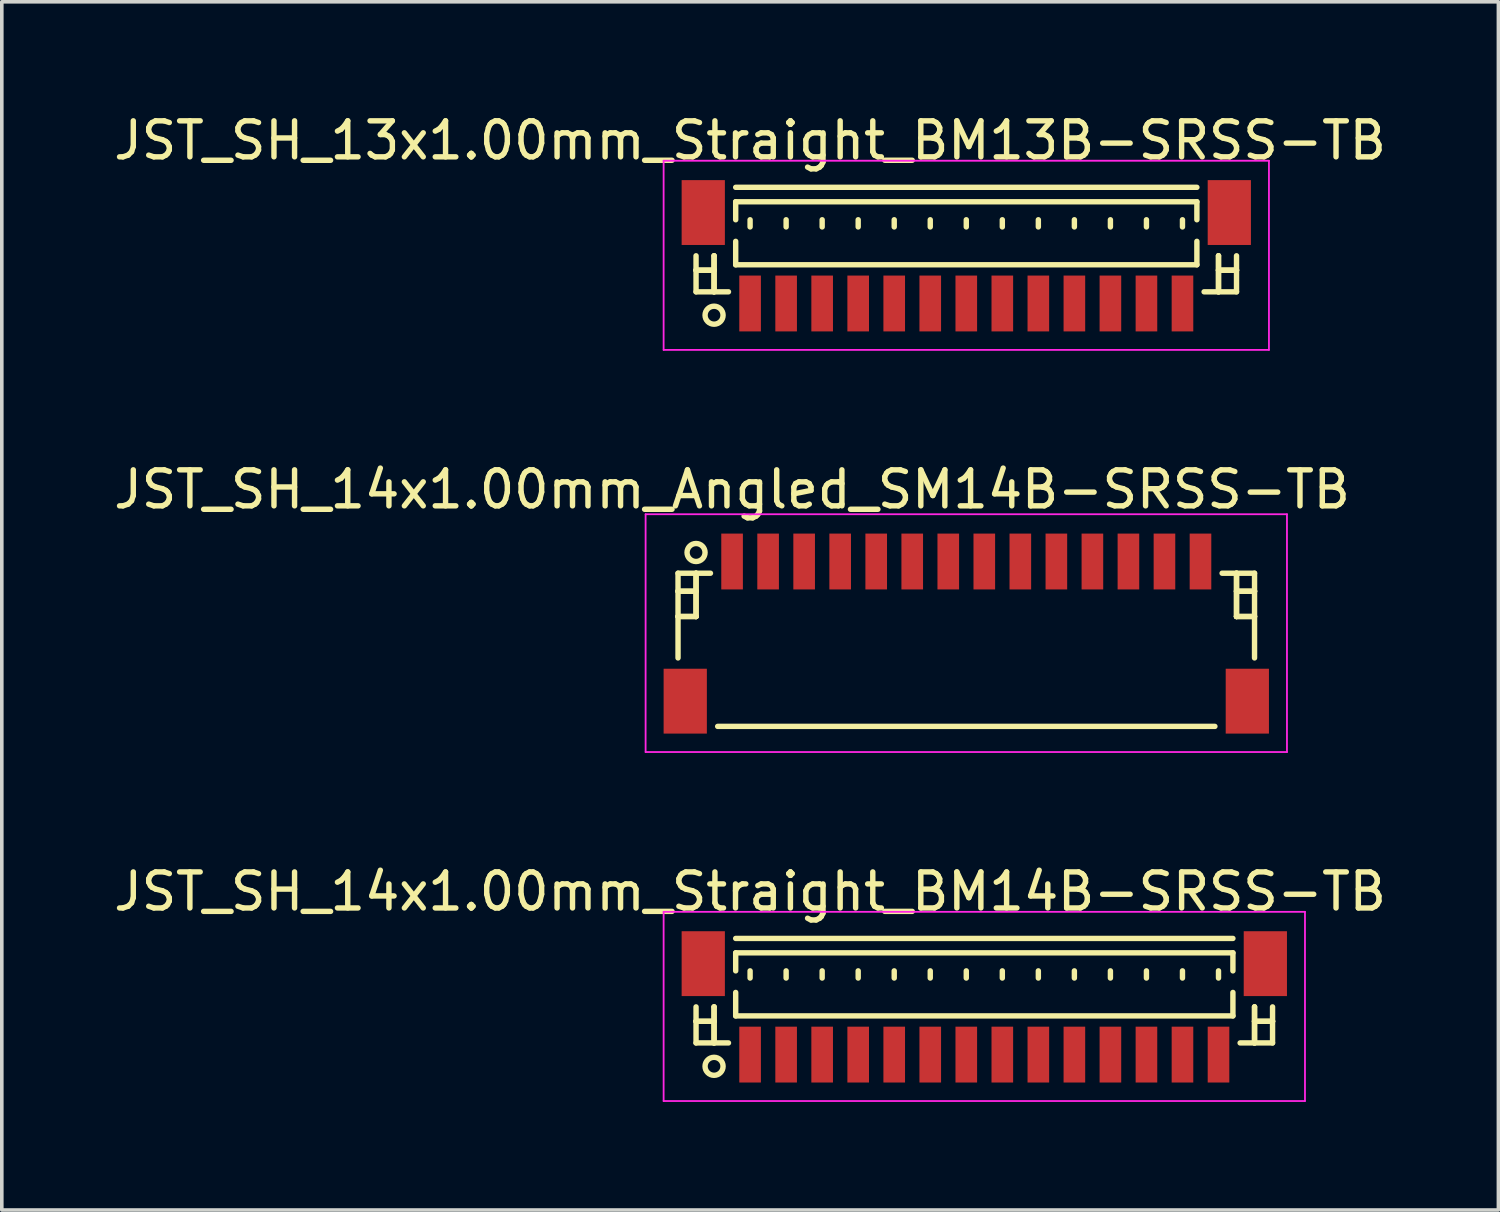
<source format=kicad_pcb>
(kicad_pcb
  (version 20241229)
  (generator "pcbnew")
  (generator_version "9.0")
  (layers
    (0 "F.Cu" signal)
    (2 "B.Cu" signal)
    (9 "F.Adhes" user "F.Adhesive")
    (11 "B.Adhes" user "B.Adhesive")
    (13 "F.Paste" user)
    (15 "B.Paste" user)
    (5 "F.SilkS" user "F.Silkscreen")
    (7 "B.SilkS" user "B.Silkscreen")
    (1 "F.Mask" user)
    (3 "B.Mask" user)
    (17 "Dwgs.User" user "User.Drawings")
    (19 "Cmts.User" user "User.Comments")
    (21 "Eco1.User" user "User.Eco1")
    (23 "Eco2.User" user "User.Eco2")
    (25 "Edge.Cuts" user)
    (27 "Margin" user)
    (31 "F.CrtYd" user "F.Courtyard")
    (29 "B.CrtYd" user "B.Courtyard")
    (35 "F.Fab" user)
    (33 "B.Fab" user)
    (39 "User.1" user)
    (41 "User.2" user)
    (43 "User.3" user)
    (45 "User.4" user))
  (footprint "JST_SH_13x1.00mm_Straight_BM13B-SRSS-TB"
    (layer "F.Cu")
    (at 23.768 4.111)
    (property "Reference" "JST_SH_13x1.00mm_Straight_BM13B-SRSS-TB" (at -6 -3.263 0) (layer "F.SilkS") (effects (font (size 1 1) (thickness 0.15))))
    (attr smd)
    (fp_line (start -7.5 -0.062) (end -7.5 0.938) (stroke (width 0.15) (type solid)) (layer "F.SilkS"))
    (fp_line (start -7.5 0.338) (end -7.5 0.338) (stroke (width 0.15) (type solid)) (layer "F.SilkS"))
    (fp_line (start -7.5 0.338) (end -7 0.338) (stroke (width 0.15) (type solid)) (layer "F.SilkS"))
    (fp_line (start -7.5 0.938) (end -6.6 0.938) (stroke (width 0.15) (type solid)) (layer "F.SilkS"))
    (fp_line (start -7 -0.062) (end -7 -0.062) (stroke (width 0.15) (type solid)) (layer "F.SilkS"))
    (fp_line (start -7 -0.062) (end -7 0.938) (stroke (width 0.15) (type solid)) (layer "F.SilkS"))
    (fp_line (start -7 0.338) (end -7.5 0.338) (stroke (width 0.15) (type solid)) (layer "F.SilkS"))
    (fp_line (start -7 0.338) (end -7 0.338) (stroke (width 0.15) (type solid)) (layer "F.SilkS"))
    (fp_line (start -7 0.938) (end -7 -0.062) (stroke (width 0.15) (type solid)) (layer "F.SilkS"))
    (fp_line (start -7 0.938) (end -7 0.938) (stroke (width 0.15) (type solid)) (layer "F.SilkS"))
    (fp_line (start -6.4 -1.962) (end 6.4 -1.962) (stroke (width 0.15) (type solid)) (layer "F.SilkS"))
    (fp_line (start -6.4 -1.562) (end 6.4 -1.562) (stroke (width 0.15) (type solid)) (layer "F.SilkS"))
    (fp_line (start -6.4 -1.062) (end -6.4 -1.562) (stroke (width 0.15) (type solid)) (layer "F.SilkS"))
    (fp_line (start -6.4 -0.463) (end -6.4 0.188) (stroke (width 0.15) (type solid)) (layer "F.SilkS"))
    (fp_line (start -6.4 0.188) (end 6.4 0.188) (stroke (width 0.15) (type solid)) (layer "F.SilkS"))
    (fp_line (start -6 -1.062) (end -6 -0.863) (stroke (width 0.15) (type solid)) (layer "F.SilkS"))
    (fp_line (start -5 -1.062) (end -5 -0.863) (stroke (width 0.15) (type solid)) (layer "F.SilkS"))
    (fp_line (start -4 -1.062) (end -4 -0.863) (stroke (width 0.15) (type solid)) (layer "F.SilkS"))
    (fp_line (start -3 -1.062) (end -3 -0.863) (stroke (width 0.15) (type solid)) (layer "F.SilkS"))
    (fp_line (start -2 -1.062) (end -2 -0.863) (stroke (width 0.15) (type solid)) (layer "F.SilkS"))
    (fp_line (start -1 -1.062) (end -1 -0.863) (stroke (width 0.15) (type solid)) (layer "F.SilkS"))
    (fp_line (start 0 -1.062) (end 0 -0.863) (stroke (width 0.15) (type solid)) (layer "F.SilkS"))
    (fp_line (start 1 -1.062) (end 1 -0.863) (stroke (width 0.15) (type solid)) (layer "F.SilkS"))
    (fp_line (start 2 -1.062) (end 2 -0.863) (stroke (width 0.15) (type solid)) (layer "F.SilkS"))
    (fp_line (start 3 -1.062) (end 3 -0.863) (stroke (width 0.15) (type solid)) (layer "F.SilkS"))
    (fp_line (start 4 -1.062) (end 4 -0.863) (stroke (width 0.15) (type solid)) (layer "F.SilkS"))
    (fp_line (start 5 -1.062) (end 5 -0.863) (stroke (width 0.15) (type solid)) (layer "F.SilkS"))
    (fp_line (start 6 -1.062) (end 6 -0.863) (stroke (width 0.15) (type solid)) (layer "F.SilkS"))
    (fp_line (start 6.4 -1.562) (end 6.4 -1.062) (stroke (width 0.15) (type solid)) (layer "F.SilkS"))
    (fp_line (start 6.4 0.188) (end 6.4 -0.463) (stroke (width 0.15) (type solid)) (layer "F.SilkS"))
    (fp_line (start 7 -0.062) (end 7 -0.062) (stroke (width 0.15) (type solid)) (layer "F.SilkS"))
    (fp_line (start 7 -0.062) (end 7 0.938) (stroke (width 0.15) (type solid)) (layer "F.SilkS"))
    (fp_line (start 7 0.338) (end 7 0.338) (stroke (width 0.15) (type solid)) (layer "F.SilkS"))
    (fp_line (start 7 0.338) (end 7.5 0.338) (stroke (width 0.15) (type solid)) (layer "F.SilkS"))
    (fp_line (start 7 0.938) (end 7 -0.062) (stroke (width 0.15) (type solid)) (layer "F.SilkS"))
    (fp_line (start 7 0.938) (end 7 0.938) (stroke (width 0.15) (type solid)) (layer "F.SilkS"))
    (fp_line (start 7.5 -0.062) (end 7.5 0.938) (stroke (width 0.15) (type solid)) (layer "F.SilkS"))
    (fp_line (start 7.5 0.338) (end 7 0.338) (stroke (width 0.15) (type solid)) (layer "F.SilkS"))
    (fp_line (start 7.5 0.338) (end 7.5 0.338) (stroke (width 0.15) (type solid)) (layer "F.SilkS"))
    (fp_line (start 7.5 0.938) (end 6.6 0.938) (stroke (width 0.15) (type solid)) (layer "F.SilkS"))
    (fp_circle (center -7 1.587) (end -6.75 1.587) (stroke (width 0.15) (type solid)) (fill no) (layer "F.SilkS"))
    (fp_line (start -8.4 -2.7) (end 8.4 -2.7) (stroke (width 0.05) (type solid)) (layer "F.CrtYd"))
    (fp_line (start -8.4 2.55) (end -8.4 -2.7) (stroke (width 0.05) (type solid)) (layer "F.CrtYd"))
    (fp_line (start 8.4 -2.7) (end 8.4 2.55) (stroke (width 0.05) (type solid)) (layer "F.CrtYd"))
    (fp_line (start 8.4 2.55) (end -8.4 2.55) (stroke (width 0.05) (type solid)) (layer "F.CrtYd"))
    (pad "" smd rect (at -7.3 -1.262) (size 1.2 1.8) (layers "F.Cu" "F.Mask" "F.Paste"))
    (pad "" smd rect (at 7.3 -1.262) (size 1.2 1.8) (layers "F.Cu" "F.Mask" "F.Paste"))
    (pad "1" smd rect (at -6 1.262) (size 0.6 1.55) (layers "F.Cu" "F.Mask" "F.Paste"))
    (pad "2" smd rect (at -5 1.262) (size 0.6 1.55) (layers "F.Cu" "F.Mask" "F.Paste"))
    (pad "3" smd rect (at -4 1.262) (size 0.6 1.55) (layers "F.Cu" "F.Mask" "F.Paste"))
    (pad "4" smd rect (at -3 1.262) (size 0.6 1.55) (layers "F.Cu" "F.Mask" "F.Paste"))
    (pad "5" smd rect (at -2 1.262) (size 0.6 1.55) (layers "F.Cu" "F.Mask" "F.Paste"))
    (pad "6" smd rect (at -1 1.262) (size 0.6 1.55) (layers "F.Cu" "F.Mask" "F.Paste"))
    (pad "7" smd rect (at 0 1.262) (size 0.6 1.55) (layers "F.Cu" "F.Mask" "F.Paste"))
    (pad "8" smd rect (at 1 1.262) (size 0.6 1.55) (layers "F.Cu" "F.Mask" "F.Paste"))
    (pad "9" smd rect (at 2 1.262) (size 0.6 1.55) (layers "F.Cu" "F.Mask" "F.Paste"))
    (pad "10" smd rect (at 3 1.262) (size 0.6 1.55) (layers "F.Cu" "F.Mask" "F.Paste"))
    (pad "11" smd rect (at 4 1.262) (size 0.6 1.55) (layers "F.Cu" "F.Mask" "F.Paste"))
    (pad "12" smd rect (at 5 1.262) (size 0.6 1.55) (layers "F.Cu" "F.Mask" "F.Paste"))
    (pad "13" smd rect (at 6 1.262) (size 0.6 1.55) (layers "F.Cu" "F.Mask" "F.Paste")))
  (footprint "JST_SH_14x1.00mm_Angled_SM14B-SRSS-TB"
    (layer "F.Cu")
    (at 23.768 14.472)
    (property "Reference" "JST_SH_14x1.00mm_Angled_SM14B-SRSS-TB" (at -6.5 -3.938 0) (layer "F.SilkS") (effects (font (size 1 1) (thickness 0.15))))
    (attr smd)
    (fp_line (start -8 -1.613) (end -7.1 -1.613) (stroke (width 0.15) (type solid)) (layer "F.SilkS"))
    (fp_line (start -8 -1.113) (end -8 -1.113) (stroke (width 0.15) (type solid)) (layer "F.SilkS"))
    (fp_line (start -8 -1.113) (end -7.5 -1.113) (stroke (width 0.15) (type solid)) (layer "F.SilkS"))
    (fp_line (start -8 -0.412) (end -8 -0.412) (stroke (width 0.15) (type solid)) (layer "F.SilkS"))
    (fp_line (start -8 -0.412) (end -7.5 -0.412) (stroke (width 0.15) (type solid)) (layer "F.SilkS"))
    (fp_line (start -8 0.738) (end -8 -1.613) (stroke (width 0.15) (type solid)) (layer "F.SilkS"))
    (fp_line (start -7.5 -1.613) (end -7.5 -1.613) (stroke (width 0.15) (type solid)) (layer "F.SilkS"))
    (fp_line (start -7.5 -1.613) (end -7.5 -0.412) (stroke (width 0.15) (type solid)) (layer "F.SilkS"))
    (fp_line (start -7.5 -1.113) (end -8 -1.113) (stroke (width 0.15) (type solid)) (layer "F.SilkS"))
    (fp_line (start -7.5 -1.113) (end -7.5 -1.113) (stroke (width 0.15) (type solid)) (layer "F.SilkS"))
    (fp_line (start -7.5 -0.412) (end -8 -0.412) (stroke (width 0.15) (type solid)) (layer "F.SilkS"))
    (fp_line (start -7.5 -0.412) (end -7.5 -1.613) (stroke (width 0.15) (type solid)) (layer "F.SilkS"))
    (fp_line (start -7.5 -0.412) (end -7.5 -0.412) (stroke (width 0.15) (type solid)) (layer "F.SilkS"))
    (fp_line (start -7.5 -0.412) (end -7.5 -0.412) (stroke (width 0.15) (type solid)) (layer "F.SilkS"))
    (fp_line (start -6.9 2.638) (end 6.9 2.638) (stroke (width 0.15) (type solid)) (layer "F.SilkS"))
    (fp_line (start 7.5 -1.613) (end 7.5 -1.613) (stroke (width 0.15) (type solid)) (layer "F.SilkS"))
    (fp_line (start 7.5 -1.613) (end 7.5 -0.412) (stroke (width 0.15) (type solid)) (layer "F.SilkS"))
    (fp_line (start 7.5 -1.113) (end 7.5 -1.113) (stroke (width 0.15) (type solid)) (layer "F.SilkS"))
    (fp_line (start 7.5 -1.113) (end 8 -1.113) (stroke (width 0.15) (type solid)) (layer "F.SilkS"))
    (fp_line (start 7.5 -0.412) (end 7.5 -1.613) (stroke (width 0.15) (type solid)) (layer "F.SilkS"))
    (fp_line (start 7.5 -0.412) (end 7.5 -0.412) (stroke (width 0.15) (type solid)) (layer "F.SilkS"))
    (fp_line (start 7.5 -0.412) (end 7.5 -0.412) (stroke (width 0.15) (type solid)) (layer "F.SilkS"))
    (fp_line (start 7.5 -0.412) (end 8 -0.412) (stroke (width 0.15) (type solid)) (layer "F.SilkS"))
    (fp_line (start 8 -1.613) (end 7.1 -1.613) (stroke (width 0.15) (type solid)) (layer "F.SilkS"))
    (fp_line (start 8 -1.113) (end 7.5 -1.113) (stroke (width 0.15) (type solid)) (layer "F.SilkS"))
    (fp_line (start 8 -1.113) (end 8 -1.113) (stroke (width 0.15) (type solid)) (layer "F.SilkS"))
    (fp_line (start 8 -0.412) (end 7.5 -0.412) (stroke (width 0.15) (type solid)) (layer "F.SilkS"))
    (fp_line (start 8 -0.412) (end 8 -0.412) (stroke (width 0.15) (type solid)) (layer "F.SilkS"))
    (fp_line (start 8 0.738) (end 8 -1.613) (stroke (width 0.15) (type solid)) (layer "F.SilkS"))
    (fp_circle (center -7.5 -2.188) (end -7.25 -2.188) (stroke (width 0.15) (type solid)) (fill no) (layer "F.SilkS"))
    (fp_line (start -8.9 -3.25) (end 8.9 -3.25) (stroke (width 0.05) (type solid)) (layer "F.CrtYd"))
    (fp_line (start -8.9 3.35) (end -8.9 -3.25) (stroke (width 0.05) (type solid)) (layer "F.CrtYd"))
    (fp_line (start 8.9 -3.25) (end 8.9 3.35) (stroke (width 0.05) (type solid)) (layer "F.CrtYd"))
    (fp_line (start 8.9 3.35) (end -8.9 3.35) (stroke (width 0.05) (type solid)) (layer "F.CrtYd"))
    (pad "" smd rect (at -7.8 1.938) (size 1.2 1.8) (layers "F.Cu" "F.Mask" "F.Paste"))
    (pad "" smd rect (at 7.8 1.938) (size 1.2 1.8) (layers "F.Cu" "F.Mask" "F.Paste"))
    (pad "1" smd rect (at -6.5 -1.938) (size 0.6 1.55) (layers "F.Cu" "F.Mask" "F.Paste"))
    (pad "2" smd rect (at -5.5 -1.938) (size 0.6 1.55) (layers "F.Cu" "F.Mask" "F.Paste"))
    (pad "3" smd rect (at -4.5 -1.938) (size 0.6 1.55) (layers "F.Cu" "F.Mask" "F.Paste"))
    (pad "4" smd rect (at -3.5 -1.938) (size 0.6 1.55) (layers "F.Cu" "F.Mask" "F.Paste"))
    (pad "5" smd rect (at -2.5 -1.938) (size 0.6 1.55) (layers "F.Cu" "F.Mask" "F.Paste"))
    (pad "6" smd rect (at -1.5 -1.938) (size 0.6 1.55) (layers "F.Cu" "F.Mask" "F.Paste"))
    (pad "7" smd rect (at -0.5 -1.938) (size 0.6 1.55) (layers "F.Cu" "F.Mask" "F.Paste"))
    (pad "8" smd rect (at 0.5 -1.938) (size 0.6 1.55) (layers "F.Cu" "F.Mask" "F.Paste"))
    (pad "9" smd rect (at 1.5 -1.938) (size 0.6 1.55) (layers "F.Cu" "F.Mask" "F.Paste"))
    (pad "10" smd rect (at 2.5 -1.938) (size 0.6 1.55) (layers "F.Cu" "F.Mask" "F.Paste"))
    (pad "11" smd rect (at 3.5 -1.938) (size 0.6 1.55) (layers "F.Cu" "F.Mask" "F.Paste"))
    (pad "12" smd rect (at 4.5 -1.938) (size 0.6 1.55) (layers "F.Cu" "F.Mask" "F.Paste"))
    (pad "13" smd rect (at 5.5 -1.938) (size 0.6 1.55) (layers "F.Cu" "F.Mask" "F.Paste"))
    (pad "14" smd rect (at 6.5 -1.938) (size 0.6 1.55) (layers "F.Cu" "F.Mask" "F.Paste")))
  (footprint "JST_SH_14x1.00mm_Straight_BM14B-SRSS-TB"
    (layer "F.Cu")
    (at 24.268 24.957)
    (property "Reference" "JST_SH_14x1.00mm_Straight_BM14B-SRSS-TB" (at -6.5 -3.263 0) (layer "F.SilkS") (effects (font (size 1 1) (thickness 0.15))))
    (attr smd)
    (fp_line (start -8 -0.062) (end -8 0.938) (stroke (width 0.15) (type solid)) (layer "F.SilkS"))
    (fp_line (start -8 0.338) (end -8 0.338) (stroke (width 0.15) (type solid)) (layer "F.SilkS"))
    (fp_line (start -8 0.338) (end -7.5 0.338) (stroke (width 0.15) (type solid)) (layer "F.SilkS"))
    (fp_line (start -8 0.938) (end -7.1 0.938) (stroke (width 0.15) (type solid)) (layer "F.SilkS"))
    (fp_line (start -7.5 -0.062) (end -7.5 -0.062) (stroke (width 0.15) (type solid)) (layer "F.SilkS"))
    (fp_line (start -7.5 -0.062) (end -7.5 0.938) (stroke (width 0.15) (type solid)) (layer "F.SilkS"))
    (fp_line (start -7.5 0.338) (end -8 0.338) (stroke (width 0.15) (type solid)) (layer "F.SilkS"))
    (fp_line (start -7.5 0.338) (end -7.5 0.338) (stroke (width 0.15) (type solid)) (layer "F.SilkS"))
    (fp_line (start -7.5 0.938) (end -7.5 -0.062) (stroke (width 0.15) (type solid)) (layer "F.SilkS"))
    (fp_line (start -7.5 0.938) (end -7.5 0.938) (stroke (width 0.15) (type solid)) (layer "F.SilkS"))
    (fp_line (start -6.9 -1.962) (end 6.9 -1.962) (stroke (width 0.15) (type solid)) (layer "F.SilkS"))
    (fp_line (start -6.9 -1.562) (end 6.9 -1.562) (stroke (width 0.15) (type solid)) (layer "F.SilkS"))
    (fp_line (start -6.9 -1.062) (end -6.9 -1.562) (stroke (width 0.15) (type solid)) (layer "F.SilkS"))
    (fp_line (start -6.9 -0.463) (end -6.9 0.188) (stroke (width 0.15) (type solid)) (layer "F.SilkS"))
    (fp_line (start -6.9 0.188) (end 6.9 0.188) (stroke (width 0.15) (type solid)) (layer "F.SilkS"))
    (fp_line (start -6.5 -1.062) (end -6.5 -0.863) (stroke (width 0.15) (type solid)) (layer "F.SilkS"))
    (fp_line (start -5.5 -1.062) (end -5.5 -0.863) (stroke (width 0.15) (type solid)) (layer "F.SilkS"))
    (fp_line (start -4.5 -1.062) (end -4.5 -0.863) (stroke (width 0.15) (type solid)) (layer "F.SilkS"))
    (fp_line (start -3.5 -1.062) (end -3.5 -0.863) (stroke (width 0.15) (type solid)) (layer "F.SilkS"))
    (fp_line (start -2.5 -1.062) (end -2.5 -0.863) (stroke (width 0.15) (type solid)) (layer "F.SilkS"))
    (fp_line (start -1.5 -1.062) (end -1.5 -0.863) (stroke (width 0.15) (type solid)) (layer "F.SilkS"))
    (fp_line (start -0.5 -1.062) (end -0.5 -0.863) (stroke (width 0.15) (type solid)) (layer "F.SilkS"))
    (fp_line (start 0.5 -1.062) (end 0.5 -0.863) (stroke (width 0.15) (type solid)) (layer "F.SilkS"))
    (fp_line (start 1.5 -1.062) (end 1.5 -0.863) (stroke (width 0.15) (type solid)) (layer "F.SilkS"))
    (fp_line (start 2.5 -1.062) (end 2.5 -0.863) (stroke (width 0.15) (type solid)) (layer "F.SilkS"))
    (fp_line (start 3.5 -1.062) (end 3.5 -0.863) (stroke (width 0.15) (type solid)) (layer "F.SilkS"))
    (fp_line (start 4.5 -1.062) (end 4.5 -0.863) (stroke (width 0.15) (type solid)) (layer "F.SilkS"))
    (fp_line (start 5.5 -1.062) (end 5.5 -0.863) (stroke (width 0.15) (type solid)) (layer "F.SilkS"))
    (fp_line (start 6.5 -1.062) (end 6.5 -0.863) (stroke (width 0.15) (type solid)) (layer "F.SilkS"))
    (fp_line (start 6.9 -1.562) (end 6.9 -1.062) (stroke (width 0.15) (type solid)) (layer "F.SilkS"))
    (fp_line (start 6.9 0.188) (end 6.9 -0.463) (stroke (width 0.15) (type solid)) (layer "F.SilkS"))
    (fp_line (start 7.5 -0.062) (end 7.5 -0.062) (stroke (width 0.15) (type solid)) (layer "F.SilkS"))
    (fp_line (start 7.5 -0.062) (end 7.5 0.938) (stroke (width 0.15) (type solid)) (layer "F.SilkS"))
    (fp_line (start 7.5 0.338) (end 7.5 0.338) (stroke (width 0.15) (type solid)) (layer "F.SilkS"))
    (fp_line (start 7.5 0.338) (end 8 0.338) (stroke (width 0.15) (type solid)) (layer "F.SilkS"))
    (fp_line (start 7.5 0.938) (end 7.5 -0.062) (stroke (width 0.15) (type solid)) (layer "F.SilkS"))
    (fp_line (start 7.5 0.938) (end 7.5 0.938) (stroke (width 0.15) (type solid)) (layer "F.SilkS"))
    (fp_line (start 8 -0.062) (end 8 0.938) (stroke (width 0.15) (type solid)) (layer "F.SilkS"))
    (fp_line (start 8 0.338) (end 7.5 0.338) (stroke (width 0.15) (type solid)) (layer "F.SilkS"))
    (fp_line (start 8 0.338) (end 8 0.338) (stroke (width 0.15) (type solid)) (layer "F.SilkS"))
    (fp_line (start 8 0.938) (end 7.1 0.938) (stroke (width 0.15) (type solid)) (layer "F.SilkS"))
    (fp_circle (center -7.5 1.587) (end -7.25 1.587) (stroke (width 0.15) (type solid)) (fill no) (layer "F.SilkS"))
    (fp_line (start -8.9 -2.7) (end 8.9 -2.7) (stroke (width 0.05) (type solid)) (layer "F.CrtYd"))
    (fp_line (start -8.9 2.55) (end -8.9 -2.7) (stroke (width 0.05) (type solid)) (layer "F.CrtYd"))
    (fp_line (start 8.9 -2.7) (end 8.9 2.55) (stroke (width 0.05) (type solid)) (layer "F.CrtYd"))
    (fp_line (start 8.9 2.55) (end -8.9 2.55) (stroke (width 0.05) (type solid)) (layer "F.CrtYd"))
    (pad "" smd rect (at -7.8 -1.262) (size 1.2 1.8) (layers "F.Cu" "F.Mask" "F.Paste"))
    (pad "" smd rect (at 7.8 -1.262) (size 1.2 1.8) (layers "F.Cu" "F.Mask" "F.Paste"))
    (pad "1" smd rect (at -6.5 1.262) (size 0.6 1.55) (layers "F.Cu" "F.Mask" "F.Paste"))
    (pad "2" smd rect (at -5.5 1.262) (size 0.6 1.55) (layers "F.Cu" "F.Mask" "F.Paste"))
    (pad "3" smd rect (at -4.5 1.262) (size 0.6 1.55) (layers "F.Cu" "F.Mask" "F.Paste"))
    (pad "4" smd rect (at -3.5 1.262) (size 0.6 1.55) (layers "F.Cu" "F.Mask" "F.Paste"))
    (pad "5" smd rect (at -2.5 1.262) (size 0.6 1.55) (layers "F.Cu" "F.Mask" "F.Paste"))
    (pad "6" smd rect (at -1.5 1.262) (size 0.6 1.55) (layers "F.Cu" "F.Mask" "F.Paste"))
    (pad "7" smd rect (at -0.5 1.262) (size 0.6 1.55) (layers "F.Cu" "F.Mask" "F.Paste"))
    (pad "8" smd rect (at 0.5 1.262) (size 0.6 1.55) (layers "F.Cu" "F.Mask" "F.Paste"))
    (pad "9" smd rect (at 1.5 1.262) (size 0.6 1.55) (layers "F.Cu" "F.Mask" "F.Paste"))
    (pad "10" smd rect (at 2.5 1.262) (size 0.6 1.55) (layers "F.Cu" "F.Mask" "F.Paste"))
    (pad "11" smd rect (at 3.5 1.262) (size 0.6 1.55) (layers "F.Cu" "F.Mask" "F.Paste"))
    (pad "12" smd rect (at 4.5 1.262) (size 0.6 1.55) (layers "F.Cu" "F.Mask" "F.Paste"))
    (pad "13" smd rect (at 5.5 1.262) (size 0.6 1.55) (layers "F.Cu" "F.Mask" "F.Paste"))
    (pad "14" smd rect (at 6.5 1.262) (size 0.6 1.55) (layers "F.Cu" "F.Mask" "F.Paste")))
  (gr_rect
    (start -3 -3)
    (end 38.536 30.532)
    (stroke (width 0.1) (type default))
    (fill no)
    (layer "Edge.Cuts")))
</source>
